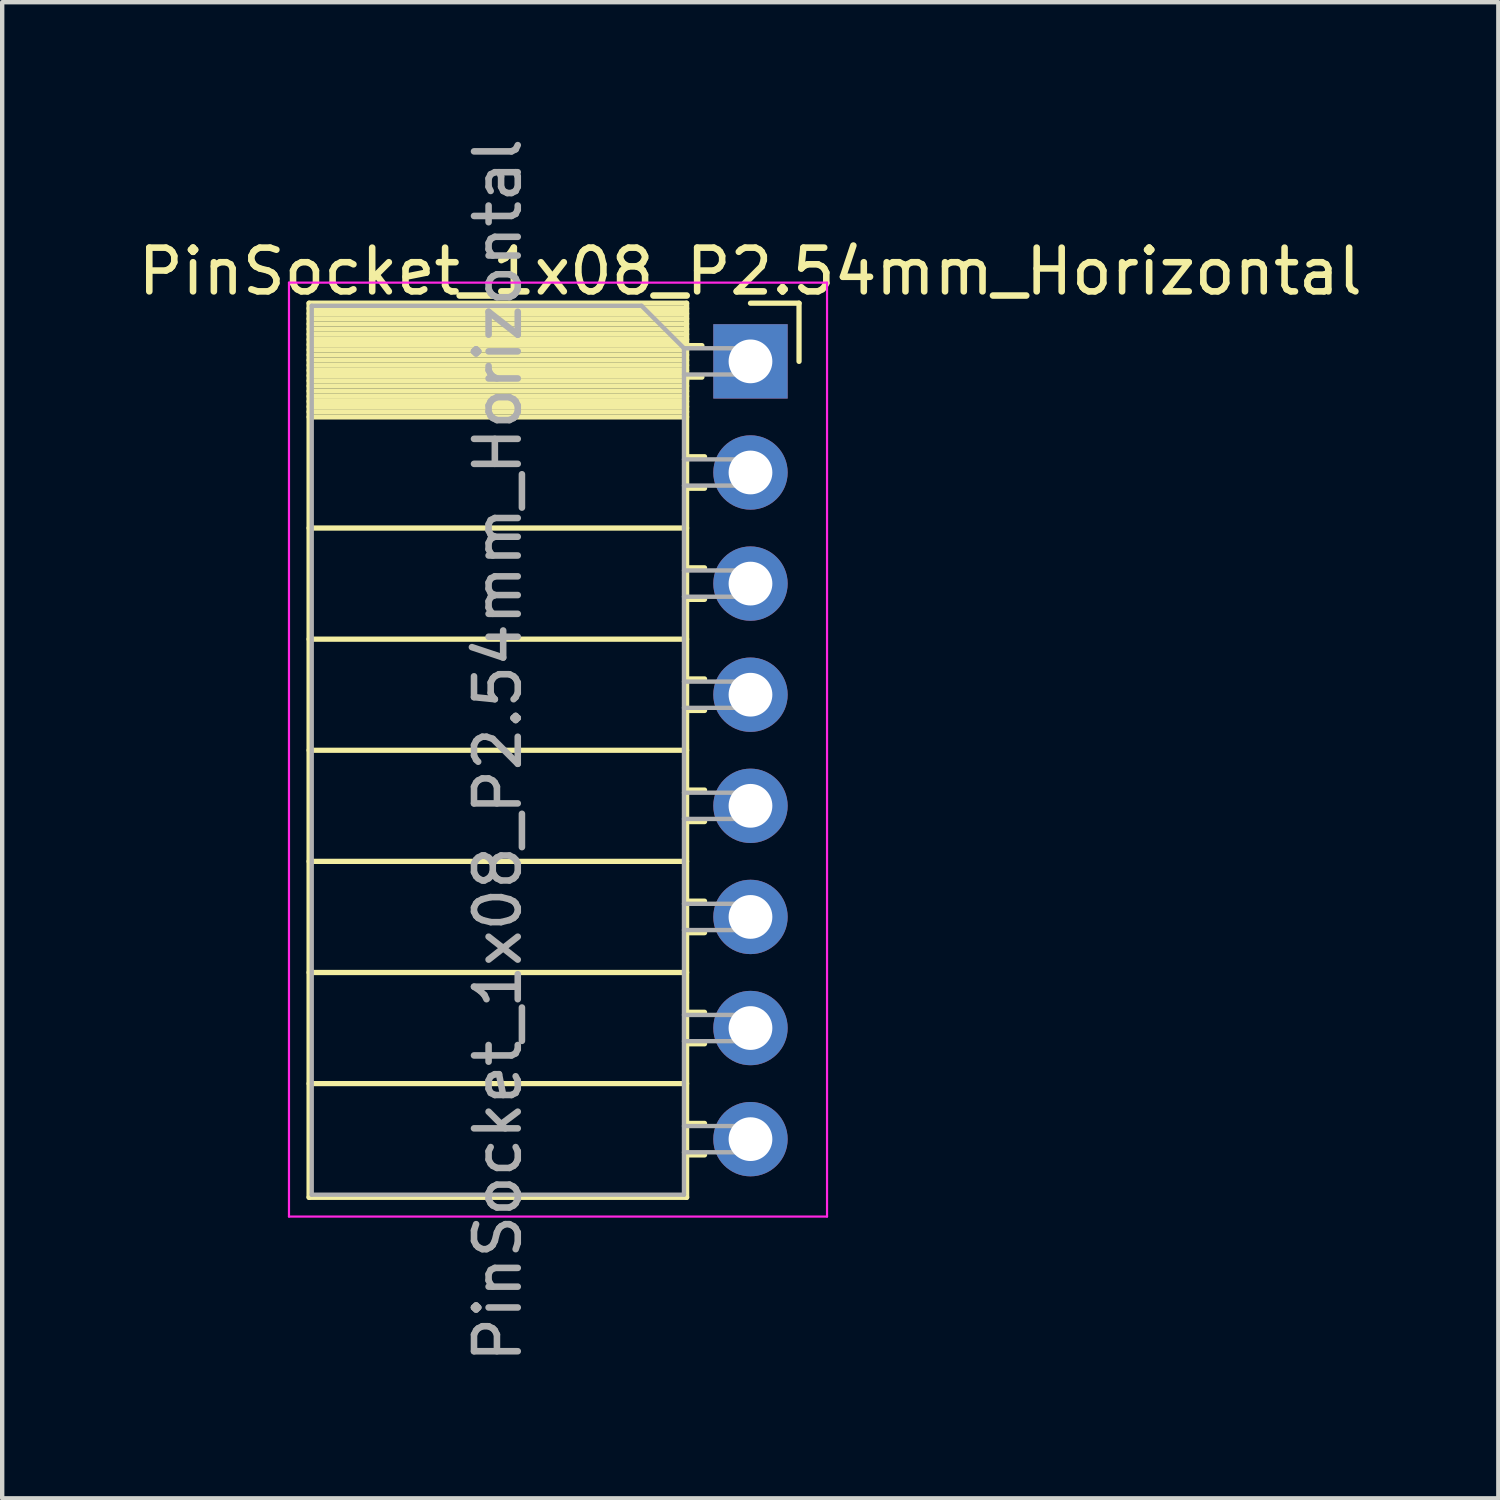
<source format=kicad_pcb>
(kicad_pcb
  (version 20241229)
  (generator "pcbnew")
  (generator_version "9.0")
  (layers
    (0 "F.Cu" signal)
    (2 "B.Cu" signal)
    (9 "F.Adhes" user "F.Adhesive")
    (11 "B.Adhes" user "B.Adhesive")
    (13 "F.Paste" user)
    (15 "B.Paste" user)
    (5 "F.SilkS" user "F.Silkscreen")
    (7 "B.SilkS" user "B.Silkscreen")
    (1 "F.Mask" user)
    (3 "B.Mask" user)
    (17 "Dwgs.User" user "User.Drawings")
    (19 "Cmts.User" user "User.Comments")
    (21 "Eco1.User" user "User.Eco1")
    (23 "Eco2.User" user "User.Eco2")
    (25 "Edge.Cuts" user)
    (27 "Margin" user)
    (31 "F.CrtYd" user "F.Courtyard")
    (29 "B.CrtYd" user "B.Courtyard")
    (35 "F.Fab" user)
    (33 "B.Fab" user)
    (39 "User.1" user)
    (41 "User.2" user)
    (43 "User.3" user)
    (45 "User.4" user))
  (footprint "PinSocket_1x08_P2.54mm_Horizontal"
    (layer "F.Cu")
    (at 14.106 5.211)
    (property "Reference" "PinSocket_1x08_P2.54mm_Horizontal" (at -0.005 -2.055 180) (layer "F.SilkS") (effects (font (size 1 1) (thickness 0.15))))
    (attr through_hole)
    (fp_line (start -10.09 -1.33) (end -10.09 19.11) (stroke (width 0.12) (type solid)) (layer "F.SilkS"))
    (fp_line (start -10.09 -1.33) (end -1.46 -1.33) (stroke (width 0.12) (type solid)) (layer "F.SilkS"))
    (fp_line (start -10.09 -1.21) (end -1.46 -1.21) (stroke (width 0.12) (type solid)) (layer "F.SilkS"))
    (fp_line (start -10.09 -1.092) (end -1.46 -1.092) (stroke (width 0.12) (type solid)) (layer "F.SilkS"))
    (fp_line (start -10.09 -0.974) (end -1.46 -0.974) (stroke (width 0.12) (type solid)) (layer "F.SilkS"))
    (fp_line (start -10.09 -0.856) (end -1.46 -0.856) (stroke (width 0.12) (type solid)) (layer "F.SilkS"))
    (fp_line (start -10.09 -0.738) (end -1.46 -0.738) (stroke (width 0.12) (type solid)) (layer "F.SilkS"))
    (fp_line (start -10.09 -0.62) (end -1.46 -0.62) (stroke (width 0.12) (type solid)) (layer "F.SilkS"))
    (fp_line (start -10.09 -0.501) (end -1.46 -0.501) (stroke (width 0.12) (type solid)) (layer "F.SilkS"))
    (fp_line (start -10.09 -0.383) (end -1.46 -0.383) (stroke (width 0.12) (type solid)) (layer "F.SilkS"))
    (fp_line (start -10.09 -0.265) (end -1.46 -0.265) (stroke (width 0.12) (type solid)) (layer "F.SilkS"))
    (fp_line (start -10.09 -0.147) (end -1.46 -0.147) (stroke (width 0.12) (type solid)) (layer "F.SilkS"))
    (fp_line (start -10.09 -0.029) (end -1.46 -0.029) (stroke (width 0.12) (type solid)) (layer "F.SilkS"))
    (fp_line (start -10.09 0.089) (end -1.46 0.089) (stroke (width 0.12) (type solid)) (layer "F.SilkS"))
    (fp_line (start -10.09 0.207) (end -1.46 0.207) (stroke (width 0.12) (type solid)) (layer "F.SilkS"))
    (fp_line (start -10.09 0.325) (end -1.46 0.325) (stroke (width 0.12) (type solid)) (layer "F.SilkS"))
    (fp_line (start -10.09 0.443) (end -1.46 0.443) (stroke (width 0.12) (type solid)) (layer "F.SilkS"))
    (fp_line (start -10.09 0.561) (end -1.46 0.561) (stroke (width 0.12) (type solid)) (layer "F.SilkS"))
    (fp_line (start -10.09 0.68) (end -1.46 0.68) (stroke (width 0.12) (type solid)) (layer "F.SilkS"))
    (fp_line (start -10.09 0.798) (end -1.46 0.798) (stroke (width 0.12) (type solid)) (layer "F.SilkS"))
    (fp_line (start -10.09 0.916) (end -1.46 0.916) (stroke (width 0.12) (type solid)) (layer "F.SilkS"))
    (fp_line (start -10.09 1.034) (end -1.46 1.034) (stroke (width 0.12) (type solid)) (layer "F.SilkS"))
    (fp_line (start -10.09 1.152) (end -1.46 1.152) (stroke (width 0.12) (type solid)) (layer "F.SilkS"))
    (fp_line (start -10.09 1.27) (end -1.46 1.27) (stroke (width 0.12) (type solid)) (layer "F.SilkS"))
    (fp_line (start -10.09 3.81) (end -1.46 3.81) (stroke (width 0.12) (type solid)) (layer "F.SilkS"))
    (fp_line (start -10.09 6.35) (end -1.46 6.35) (stroke (width 0.12) (type solid)) (layer "F.SilkS"))
    (fp_line (start -10.09 8.89) (end -1.46 8.89) (stroke (width 0.12) (type solid)) (layer "F.SilkS"))
    (fp_line (start -10.09 11.43) (end -1.46 11.43) (stroke (width 0.12) (type solid)) (layer "F.SilkS"))
    (fp_line (start -10.09 13.97) (end -1.46 13.97) (stroke (width 0.12) (type solid)) (layer "F.SilkS"))
    (fp_line (start -10.09 16.51) (end -1.46 16.51) (stroke (width 0.12) (type solid)) (layer "F.SilkS"))
    (fp_line (start -10.09 19.11) (end -1.46 19.11) (stroke (width 0.12) (type solid)) (layer "F.SilkS"))
    (fp_line (start -1.46 -1.33) (end -1.46 19.11) (stroke (width 0.12) (type solid)) (layer "F.SilkS"))
    (fp_line (start -1.46 -0.36) (end -1.11 -0.36) (stroke (width 0.12) (type solid)) (layer "F.SilkS"))
    (fp_line (start -1.46 0.36) (end -1.11 0.36) (stroke (width 0.12) (type solid)) (layer "F.SilkS"))
    (fp_line (start -1.46 2.18) (end -1.05 2.18) (stroke (width 0.12) (type solid)) (layer "F.SilkS"))
    (fp_line (start -1.46 2.9) (end -1.05 2.9) (stroke (width 0.12) (type solid)) (layer "F.SilkS"))
    (fp_line (start -1.46 4.72) (end -1.05 4.72) (stroke (width 0.12) (type solid)) (layer "F.SilkS"))
    (fp_line (start -1.46 5.44) (end -1.05 5.44) (stroke (width 0.12) (type solid)) (layer "F.SilkS"))
    (fp_line (start -1.46 7.26) (end -1.05 7.26) (stroke (width 0.12) (type solid)) (layer "F.SilkS"))
    (fp_line (start -1.46 7.98) (end -1.05 7.98) (stroke (width 0.12) (type solid)) (layer "F.SilkS"))
    (fp_line (start -1.46 9.8) (end -1.05 9.8) (stroke (width 0.12) (type solid)) (layer "F.SilkS"))
    (fp_line (start -1.46 10.52) (end -1.05 10.52) (stroke (width 0.12) (type solid)) (layer "F.SilkS"))
    (fp_line (start -1.46 12.34) (end -1.05 12.34) (stroke (width 0.12) (type solid)) (layer "F.SilkS"))
    (fp_line (start -1.46 13.06) (end -1.05 13.06) (stroke (width 0.12) (type solid)) (layer "F.SilkS"))
    (fp_line (start -1.46 14.88) (end -1.05 14.88) (stroke (width 0.12) (type solid)) (layer "F.SilkS"))
    (fp_line (start -1.46 15.6) (end -1.05 15.6) (stroke (width 0.12) (type solid)) (layer "F.SilkS"))
    (fp_line (start -1.46 17.42) (end -1.05 17.42) (stroke (width 0.12) (type solid)) (layer "F.SilkS"))
    (fp_line (start -1.46 18.14) (end -1.05 18.14) (stroke (width 0.12) (type solid)) (layer "F.SilkS"))
    (fp_line (start 0 -1.33) (end 1.11 -1.33) (stroke (width 0.12) (type solid)) (layer "F.SilkS"))
    (fp_line (start 1.11 -1.33) (end 1.11 0) (stroke (width 0.12) (type solid)) (layer "F.SilkS"))
    (fp_line (start -10.55 -1.8) (end -10.55 19.55) (stroke (width 0.05) (type solid)) (layer "F.CrtYd"))
    (fp_line (start -10.55 19.55) (end 1.75 19.55) (stroke (width 0.05) (type solid)) (layer "F.CrtYd"))
    (fp_line (start 1.75 -1.8) (end -10.55 -1.8) (stroke (width 0.05) (type solid)) (layer "F.CrtYd"))
    (fp_line (start 1.75 19.55) (end 1.75 -1.8) (stroke (width 0.05) (type solid)) (layer "F.CrtYd"))
    (fp_line (start -10.03 -1.27) (end -2.49 -1.27) (stroke (width 0.1) (type solid)) (layer "F.Fab"))
    (fp_line (start -10.03 19.05) (end -10.03 -1.27) (stroke (width 0.1) (type solid)) (layer "F.Fab"))
    (fp_line (start -2.49 -1.27) (end -1.52 -0.3) (stroke (width 0.1) (type solid)) (layer "F.Fab"))
    (fp_line (start -1.52 -0.3) (end -1.52 19.05) (stroke (width 0.1) (type solid)) (layer "F.Fab"))
    (fp_line (start -1.52 0.3) (end 0 0.3) (stroke (width 0.1) (type solid)) (layer "F.Fab"))
    (fp_line (start -1.52 2.84) (end 0 2.84) (stroke (width 0.1) (type solid)) (layer "F.Fab"))
    (fp_line (start -1.52 5.38) (end 0 5.38) (stroke (width 0.1) (type solid)) (layer "F.Fab"))
    (fp_line (start -1.52 7.92) (end 0 7.92) (stroke (width 0.1) (type solid)) (layer "F.Fab"))
    (fp_line (start -1.52 10.46) (end 0 10.46) (stroke (width 0.1) (type solid)) (layer "F.Fab"))
    (fp_line (start -1.52 13) (end 0 13) (stroke (width 0.1) (type solid)) (layer "F.Fab"))
    (fp_line (start -1.52 15.54) (end 0 15.54) (stroke (width 0.1) (type solid)) (layer "F.Fab"))
    (fp_line (start -1.52 18.08) (end 0 18.08) (stroke (width 0.1) (type solid)) (layer "F.Fab"))
    (fp_line (start -1.52 19.05) (end -10.03 19.05) (stroke (width 0.1) (type solid)) (layer "F.Fab"))
    (fp_line (start 0 -0.3) (end -1.52 -0.3) (stroke (width 0.1) (type solid)) (layer "F.Fab"))
    (fp_line (start 0 0.3) (end 0 -0.3) (stroke (width 0.1) (type solid)) (layer "F.Fab"))
    (fp_line (start 0 2.24) (end -1.52 2.24) (stroke (width 0.1) (type solid)) (layer "F.Fab"))
    (fp_line (start 0 2.84) (end 0 2.24) (stroke (width 0.1) (type solid)) (layer "F.Fab"))
    (fp_line (start 0 4.78) (end -1.52 4.78) (stroke (width 0.1) (type solid)) (layer "F.Fab"))
    (fp_line (start 0 5.38) (end 0 4.78) (stroke (width 0.1) (type solid)) (layer "F.Fab"))
    (fp_line (start 0 7.32) (end -1.52 7.32) (stroke (width 0.1) (type solid)) (layer "F.Fab"))
    (fp_line (start 0 7.92) (end 0 7.32) (stroke (width 0.1) (type solid)) (layer "F.Fab"))
    (fp_line (start 0 9.86) (end -1.52 9.86) (stroke (width 0.1) (type solid)) (layer "F.Fab"))
    (fp_line (start 0 10.46) (end 0 9.86) (stroke (width 0.1) (type solid)) (layer "F.Fab"))
    (fp_line (start 0 12.4) (end -1.52 12.4) (stroke (width 0.1) (type solid)) (layer "F.Fab"))
    (fp_line (start 0 13) (end 0 12.4) (stroke (width 0.1) (type solid)) (layer "F.Fab"))
    (fp_line (start 0 14.94) (end -1.52 14.94) (stroke (width 0.1) (type solid)) (layer "F.Fab"))
    (fp_line (start 0 15.54) (end 0 14.94) (stroke (width 0.1) (type solid)) (layer "F.Fab"))
    (fp_line (start 0 17.48) (end -1.52 17.48) (stroke (width 0.1) (type solid)) (layer "F.Fab"))
    (fp_line (start 0 18.08) (end 0 17.48) (stroke (width 0.1) (type solid)) (layer "F.Fab"))
    (fp_text user "${REFERENCE}" (at -5.775 8.89 270) (layer "F.Fab") (effects (font (size 1 1) (thickness 0.15))))
    (pad "1" thru_hole rect (at 0 0) (size 1.7 1.7) (drill 1) (layers "*.Cu" "*.Mask"))
    (pad "2" thru_hole oval (at 0 2.54) (size 1.7 1.7) (drill 1) (layers "*.Cu" "*.Mask"))
    (pad "3" thru_hole oval (at 0 5.08) (size 1.7 1.7) (drill 1) (layers "*.Cu" "*.Mask"))
    (pad "4" thru_hole oval (at 0 7.62) (size 1.7 1.7) (drill 1) (layers "*.Cu" "*.Mask"))
    (pad "5" thru_hole oval (at 0 10.16) (size 1.7 1.7) (drill 1) (layers "*.Cu" "*.Mask"))
    (pad "6" thru_hole oval (at 0 12.7) (size 1.7 1.7) (drill 1) (layers "*.Cu" "*.Mask"))
    (pad "7" thru_hole oval (at 0 15.24) (size 1.7 1.7) (drill 1) (layers "*.Cu" "*.Mask"))
    (pad "8" thru_hole oval (at 0 17.78) (size 1.7 1.7) (drill 1) (layers "*.Cu" "*.Mask")))
  (gr_rect
    (start -3 -3)
    (end 31.202 31.202)
    (stroke (width 0.1) (type default))
    (fill no)
    (layer "Edge.Cuts")))
</source>
